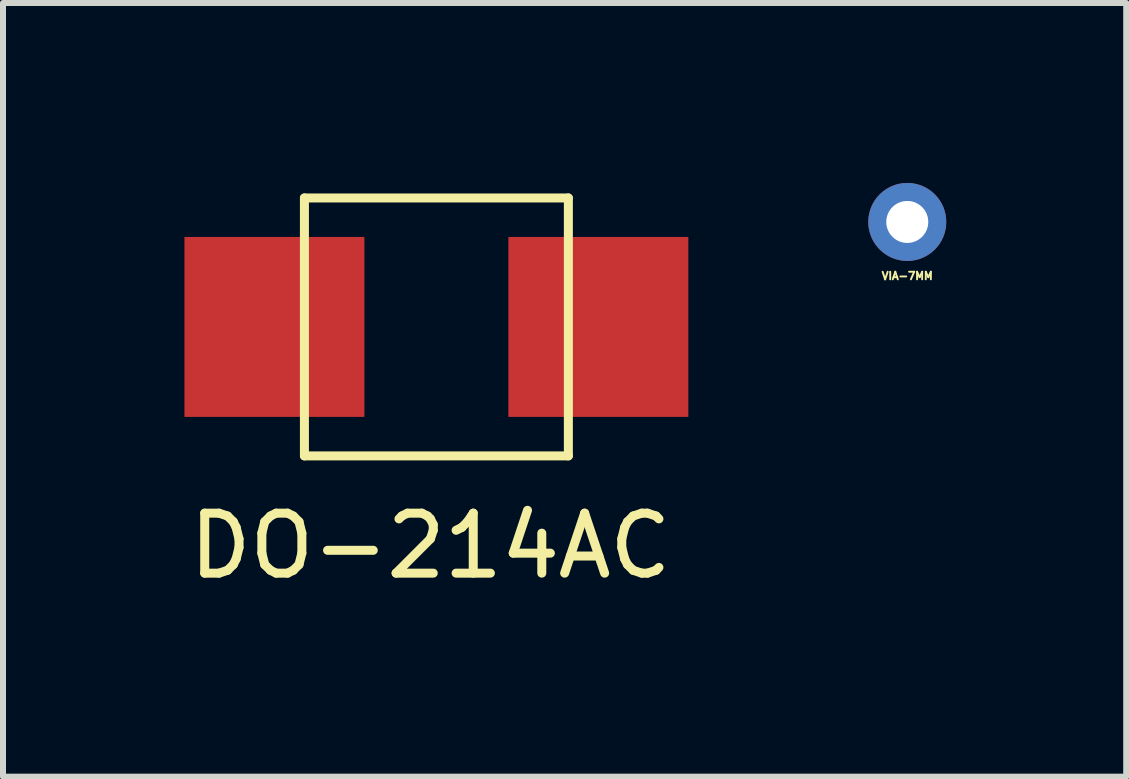
<source format=kicad_pcb>
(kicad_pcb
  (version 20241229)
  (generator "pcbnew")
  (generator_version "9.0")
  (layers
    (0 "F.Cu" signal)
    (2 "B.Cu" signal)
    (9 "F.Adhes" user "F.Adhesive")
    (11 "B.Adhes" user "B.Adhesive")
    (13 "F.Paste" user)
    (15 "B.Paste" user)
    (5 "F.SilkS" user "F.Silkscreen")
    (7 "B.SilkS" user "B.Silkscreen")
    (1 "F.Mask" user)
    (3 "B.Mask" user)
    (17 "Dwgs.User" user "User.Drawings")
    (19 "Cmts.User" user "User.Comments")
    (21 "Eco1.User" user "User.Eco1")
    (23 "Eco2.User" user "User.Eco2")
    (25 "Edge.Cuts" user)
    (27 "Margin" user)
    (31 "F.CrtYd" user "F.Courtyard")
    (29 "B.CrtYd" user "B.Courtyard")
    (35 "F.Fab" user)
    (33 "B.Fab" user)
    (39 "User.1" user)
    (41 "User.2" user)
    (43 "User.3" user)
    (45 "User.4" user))
  (footprint "VIA-7MM"
    (layer "F.Cu")
    (at 12.075 0.65)
    (property "Reference" "VIA-7MM" (at 0 0.9 0) (layer "F.SilkS") (effects (font (size 0.127 0.127) (thickness 0.032))))
    (attr through_hole)
    (pad "1" thru_hole circle (at 0 0) (size 1.3 1.3) (drill 0.7) (layers "*.Cu" "*.Mask")))
  (footprint "DO-214AC"
    (layer "F.Cu")
    (at 4.225 0.25)
    (property "Reference" "DO-214AC" (at -0.1 5.8 0) (layer "F.SilkS") (effects (font (size 1 1) (thickness 0.15))))
    (attr through_hole)
    (fp_line (start -2.2 0) (end 2.2 0) (stroke (width 0.15) (type solid)) (layer "F.SilkS"))
    (fp_line (start -2.2 4.3) (end -2.2 0) (stroke (width 0.15) (type solid)) (layer "F.SilkS"))
    (fp_line (start 2.2 0) (end 2.2 4.3) (stroke (width 0.15) (type solid)) (layer "F.SilkS"))
    (fp_line (start 2.2 4.3) (end -2.2 4.3) (stroke (width 0.15) (type solid)) (layer "F.SilkS"))
    (pad "1" smd rect (at 2.7 2.15) (size 3 3) (layers "F.Cu" "F.Mask" "F.Paste"))
    (pad "2" smd rect (at -2.7 2.15) (size 3 3) (layers "F.Cu" "F.Mask" "F.Paste")))
  (gr_rect
    (start -3 -3)
    (end 15.725 9.898)
    (stroke (width 0.1) (type default))
    (fill no)
    (layer "Edge.Cuts")))
</source>
